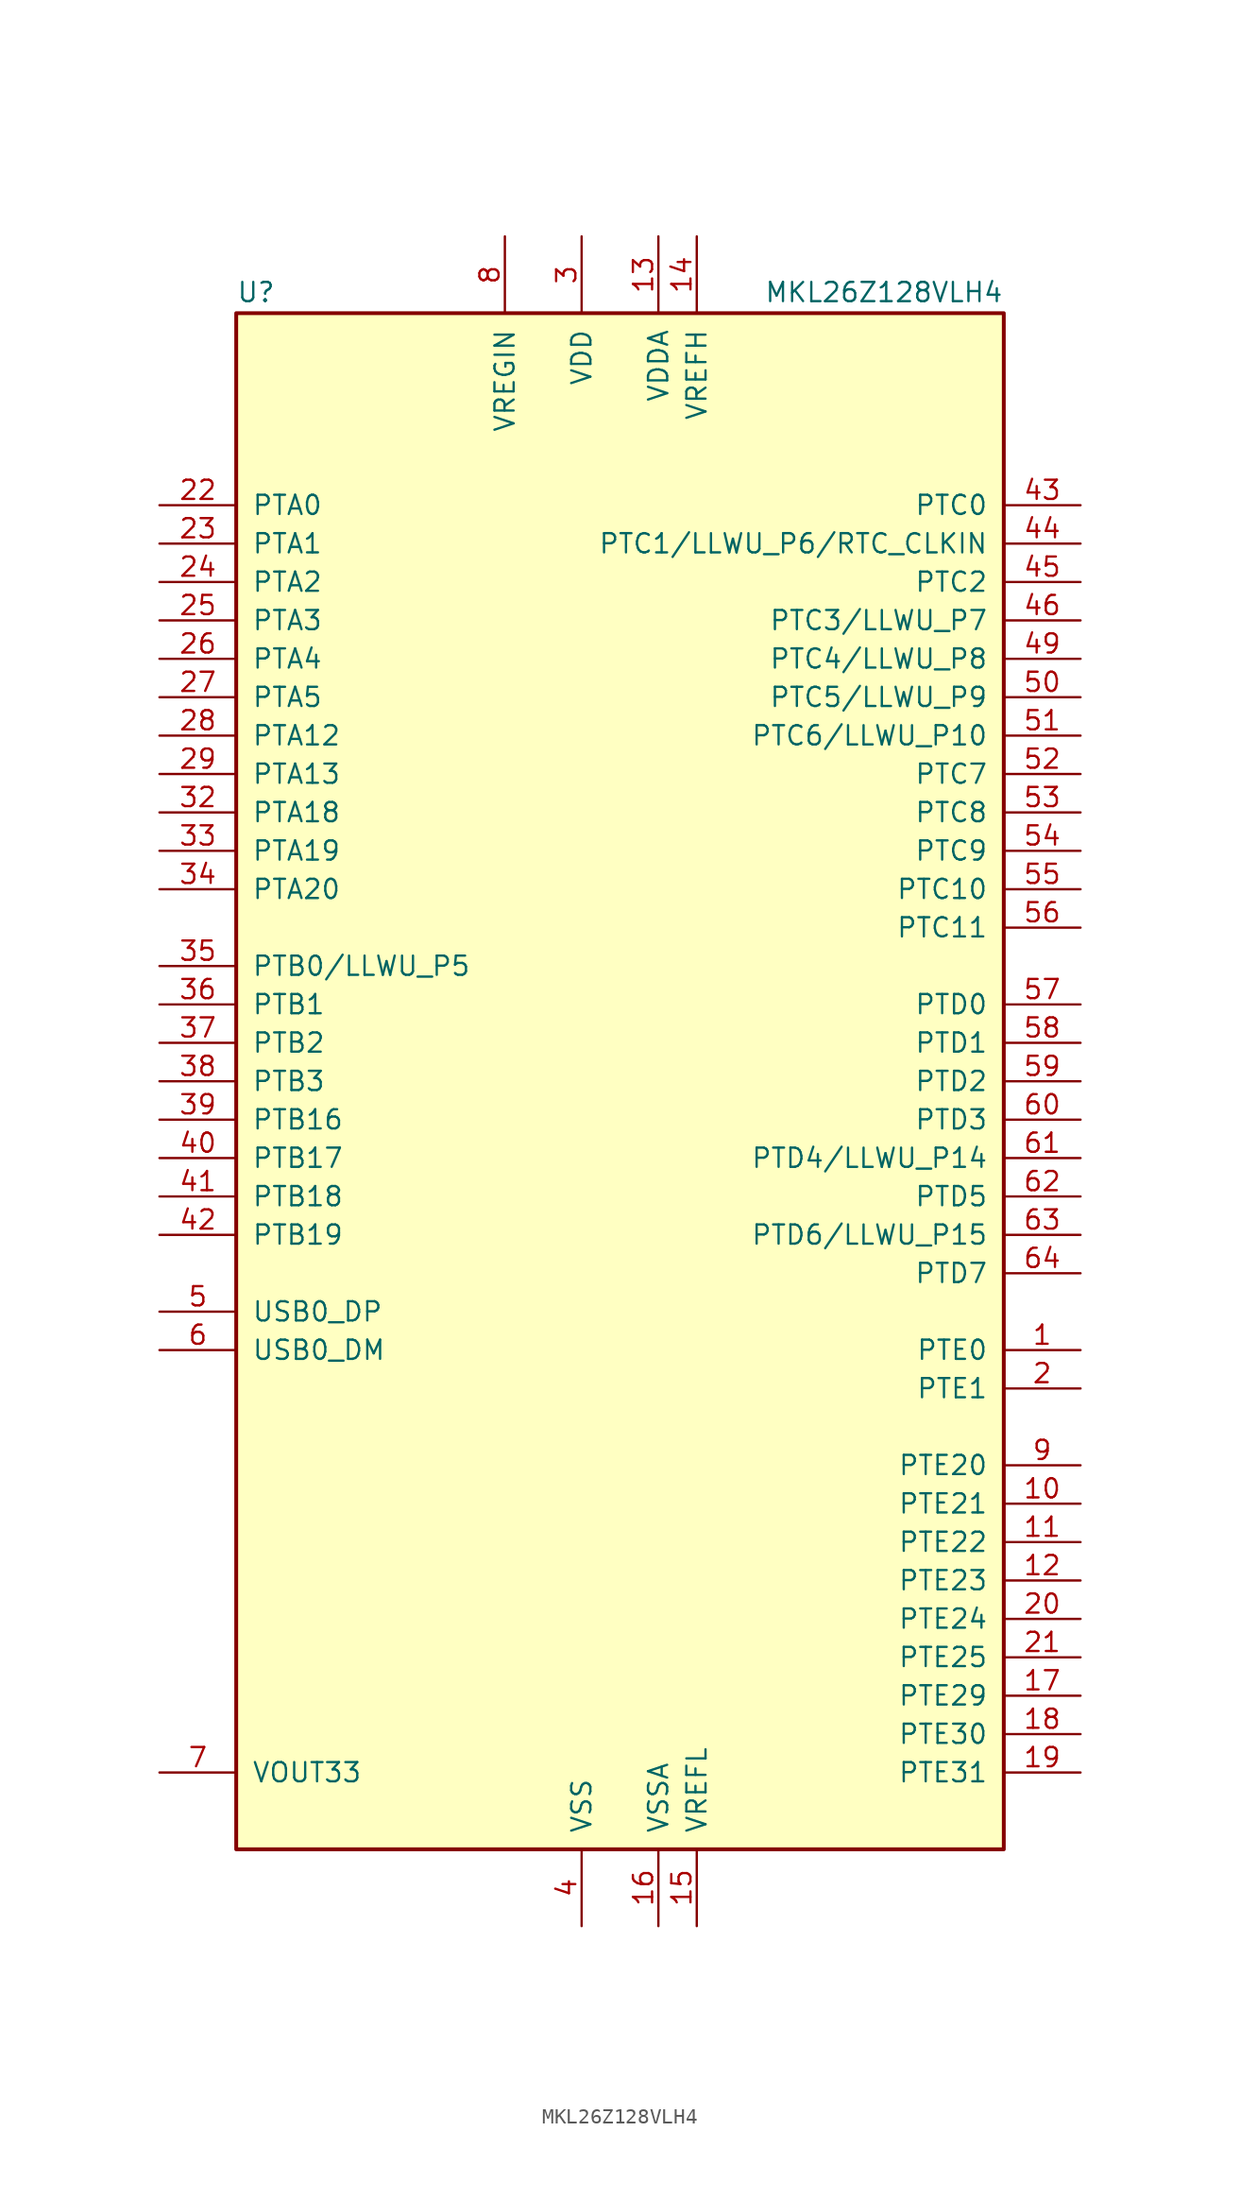
<source format=kicad_sym>
(kicad_symbol_lib
  (version 20231120)
  (generator "kicad_symbol_editor")
  (generator_version "8.0")
  (symbol "MKL26Z128VLH4"
    (pin_names
      (offset 1.016))
    (property "Reference" "U"
      (at -25.4 51.435 0)
      (effects (font (size 1.27 1.27)) (justify left bottom)))
    (property "Value" "MKL26Z128VLH4"
      (at 25.4 51.435 0)
      (effects (font (size 1.27 1.27)) (justify right bottom)))
    (symbol "MKL26Z128VLH4_0_1"
      (rectangle (start -25.4 50.8) (end 25.4 -50.8) (stroke (width 0.254) (type default)) (fill (type background))))
    (symbol "MKL26Z128VLH4_1_1"
      (pin bidirectional line (at 30.48 -17.78 180) (length 5.08) (name "PTE0" (effects (font (size 1.27 1.27)))) (number "1" (effects (font (size 1.27 1.27)))))
      (pin bidirectional line (at 30.48 -27.94 180) (length 5.08) (name "PTE21" (effects (font (size 1.27 1.27)))) (number "10" (effects (font (size 1.27 1.27)))))
      (pin bidirectional line (at 30.48 -30.48 180) (length 5.08) (name "PTE22" (effects (font (size 1.27 1.27)))) (number "11" (effects (font (size 1.27 1.27)))))
      (pin bidirectional line (at 30.48 -33.02 180) (length 5.08) (name "PTE23" (effects (font (size 1.27 1.27)))) (number "12" (effects (font (size 1.27 1.27)))))
      (pin power_in line (at 2.54 55.88 270) (length 5.08) (name "VDDA" (effects (font (size 1.27 1.27)))) (number "13" (effects (font (size 1.27 1.27)))))
      (pin power_in line (at 5.08 55.88 270) (length 5.08) (name "VREFH" (effects (font (size 1.27 1.27)))) (number "14" (effects (font (size 1.27 1.27)))))
      (pin power_in line (at 5.08 -55.88 90) (length 5.08) (name "VREFL" (effects (font (size 1.27 1.27)))) (number "15" (effects (font (size 1.27 1.27)))))
      (pin power_in line (at 2.54 -55.88 90) (length 5.08) (name "VSSA" (effects (font (size 1.27 1.27)))) (number "16" (effects (font (size 1.27 1.27)))))
      (pin bidirectional line (at 30.48 -40.64 180) (length 5.08) (name "PTE29" (effects (font (size 1.27 1.27)))) (number "17" (effects (font (size 1.27 1.27)))))
      (pin bidirectional line (at 30.48 -43.18 180) (length 5.08) (name "PTE30" (effects (font (size 1.27 1.27)))) (number "18" (effects (font (size 1.27 1.27)))))
      (pin bidirectional line (at 30.48 -45.72 180) (length 5.08) (name "PTE31" (effects (font (size 1.27 1.27)))) (number "19" (effects (font (size 1.27 1.27)))))
      (pin bidirectional line (at 30.48 -20.32 180) (length 5.08) (name "PTE1" (effects (font (size 1.27 1.27)))) (number "2" (effects (font (size 1.27 1.27)))))
      (pin bidirectional line (at 30.48 -35.56 180) (length 5.08) (name "PTE24" (effects (font (size 1.27 1.27)))) (number "20" (effects (font (size 1.27 1.27)))))
      (pin bidirectional line (at 30.48 -38.1 180) (length 5.08) (name "PTE25" (effects (font (size 1.27 1.27)))) (number "21" (effects (font (size 1.27 1.27)))))
      (pin bidirectional line (at -30.48 38.1 0) (length 5.08) (name "PTA0" (effects (font (size 1.27 1.27)))) (number "22" (effects (font (size 1.27 1.27)))))
      (pin bidirectional line (at -30.48 35.56 0) (length 5.08) (name "PTA1" (effects (font (size 1.27 1.27)))) (number "23" (effects (font (size 1.27 1.27)))))
      (pin bidirectional line (at -30.48 33.02 0) (length 5.08) (name "PTA2" (effects (font (size 1.27 1.27)))) (number "24" (effects (font (size 1.27 1.27)))))
      (pin bidirectional line (at -30.48 30.48 0) (length 5.08) (name "PTA3" (effects (font (size 1.27 1.27)))) (number "25" (effects (font (size 1.27 1.27)))))
      (pin bidirectional line (at -30.48 27.94 0) (length 5.08) (name "PTA4" (effects (font (size 1.27 1.27)))) (number "26" (effects (font (size 1.27 1.27)))))
      (pin bidirectional line (at -30.48 25.4 0) (length 5.08) (name "PTA5" (effects (font (size 1.27 1.27)))) (number "27" (effects (font (size 1.27 1.27)))))
      (pin bidirectional line (at -30.48 22.86 0) (length 5.08) (name "PTA12" (effects (font (size 1.27 1.27)))) (number "28" (effects (font (size 1.27 1.27)))))
      (pin bidirectional line (at -30.48 20.32 0) (length 5.08) (name "PTA13" (effects (font (size 1.27 1.27)))) (number "29" (effects (font (size 1.27 1.27)))))
      (pin power_in line (at -2.54 55.88 270) (length 5.08) (name "VDD" (effects (font (size 1.27 1.27)))) (number "3" (effects (font (size 1.27 1.27)))))
      (pin passive line (at -2.54 55.88 270) (length 5.08) hide (name "VDD" (effects (font (size 1.27 1.27)))) (number "30" (effects (font (size 1.27 1.27)))))
      (pin passive line (at -2.54 -55.88 90) (length 5.08) hide (name "VSS" (effects (font (size 1.27 1.27)))) (number "31" (effects (font (size 1.27 1.27)))))
      (pin bidirectional line (at -30.48 17.78 0) (length 5.08) (name "PTA18" (effects (font (size 1.27 1.27)))) (number "32" (effects (font (size 1.27 1.27)))))
      (pin bidirectional line (at -30.48 15.24 0) (length 5.08) (name "PTA19" (effects (font (size 1.27 1.27)))) (number "33" (effects (font (size 1.27 1.27)))))
      (pin bidirectional line (at -30.48 12.7 0) (length 5.08) (name "PTA20" (effects (font (size 1.27 1.27)))) (number "34" (effects (font (size 1.27 1.27)))))
      (pin bidirectional line (at -30.48 7.62 0) (length 5.08) (name "PTB0/LLWU_P5" (effects (font (size 1.27 1.27)))) (number "35" (effects (font (size 1.27 1.27)))))
      (pin bidirectional line (at -30.48 5.08 0) (length 5.08) (name "PTB1" (effects (font (size 1.27 1.27)))) (number "36" (effects (font (size 1.27 1.27)))))
      (pin bidirectional line (at -30.48 2.54 0) (length 5.08) (name "PTB2" (effects (font (size 1.27 1.27)))) (number "37" (effects (font (size 1.27 1.27)))))
      (pin bidirectional line (at -30.48 0 0) (length 5.08) (name "PTB3" (effects (font (size 1.27 1.27)))) (number "38" (effects (font (size 1.27 1.27)))))
      (pin bidirectional line (at -30.48 -2.54 0) (length 5.08) (name "PTB16" (effects (font (size 1.27 1.27)))) (number "39" (effects (font (size 1.27 1.27)))))
      (pin power_in line (at -2.54 -55.88 90) (length 5.08) (name "VSS" (effects (font (size 1.27 1.27)))) (number "4" (effects (font (size 1.27 1.27)))))
      (pin bidirectional line (at -30.48 -5.08 0) (length 5.08) (name "PTB17" (effects (font (size 1.27 1.27)))) (number "40" (effects (font (size 1.27 1.27)))))
      (pin bidirectional line (at -30.48 -7.62 0) (length 5.08) (name "PTB18" (effects (font (size 1.27 1.27)))) (number "41" (effects (font (size 1.27 1.27)))))
      (pin bidirectional line (at -30.48 -10.16 0) (length 5.08) (name "PTB19" (effects (font (size 1.27 1.27)))) (number "42" (effects (font (size 1.27 1.27)))))
      (pin bidirectional line (at 30.48 38.1 180) (length 5.08) (name "PTC0" (effects (font (size 1.27 1.27)))) (number "43" (effects (font (size 1.27 1.27)))))
      (pin bidirectional line (at 30.48 35.56 180) (length 5.08) (name "PTC1/LLWU_P6/RTC_CLKIN" (effects (font (size 1.27 1.27)))) (number "44" (effects (font (size 1.27 1.27)))))
      (pin bidirectional line (at 30.48 33.02 180) (length 5.08) (name "PTC2" (effects (font (size 1.27 1.27)))) (number "45" (effects (font (size 1.27 1.27)))))
      (pin bidirectional line (at 30.48 30.48 180) (length 5.08) (name "PTC3/LLWU_P7" (effects (font (size 1.27 1.27)))) (number "46" (effects (font (size 1.27 1.27)))))
      (pin passive line (at -2.54 -55.88 90) (length 5.08) hide (name "VSS" (effects (font (size 1.27 1.27)))) (number "47" (effects (font (size 1.27 1.27)))))
      (pin passive line (at -2.54 55.88 270) (length 5.08) hide (name "VDD" (effects (font (size 1.27 1.27)))) (number "48" (effects (font (size 1.27 1.27)))))
      (pin bidirectional line (at 30.48 27.94 180) (length 5.08) (name "PTC4/LLWU_P8" (effects (font (size 1.27 1.27)))) (number "49" (effects (font (size 1.27 1.27)))))
      (pin bidirectional line (at -30.48 -15.24 0) (length 5.08) (name "USB0_DP" (effects (font (size 1.27 1.27)))) (number "5" (effects (font (size 1.27 1.27)))))
      (pin bidirectional line (at 30.48 25.4 180) (length 5.08) (name "PTC5/LLWU_P9" (effects (font (size 1.27 1.27)))) (number "50" (effects (font (size 1.27 1.27)))))
      (pin bidirectional line (at 30.48 22.86 180) (length 5.08) (name "PTC6/LLWU_P10" (effects (font (size 1.27 1.27)))) (number "51" (effects (font (size 1.27 1.27)))))
      (pin bidirectional line (at 30.48 20.32 180) (length 5.08) (name "PTC7" (effects (font (size 1.27 1.27)))) (number "52" (effects (font (size 1.27 1.27)))))
      (pin bidirectional line (at 30.48 17.78 180) (length 5.08) (name "PTC8" (effects (font (size 1.27 1.27)))) (number "53" (effects (font (size 1.27 1.27)))))
      (pin bidirectional line (at 30.48 15.24 180) (length 5.08) (name "PTC9" (effects (font (size 1.27 1.27)))) (number "54" (effects (font (size 1.27 1.27)))))
      (pin bidirectional line (at 30.48 12.7 180) (length 5.08) (name "PTC10" (effects (font (size 1.27 1.27)))) (number "55" (effects (font (size 1.27 1.27)))))
      (pin bidirectional line (at 30.48 10.16 180) (length 5.08) (name "PTC11" (effects (font (size 1.27 1.27)))) (number "56" (effects (font (size 1.27 1.27)))))
      (pin bidirectional line (at 30.48 5.08 180) (length 5.08) (name "PTD0" (effects (font (size 1.27 1.27)))) (number "57" (effects (font (size 1.27 1.27)))))
      (pin bidirectional line (at 30.48 2.54 180) (length 5.08) (name "PTD1" (effects (font (size 1.27 1.27)))) (number "58" (effects (font (size 1.27 1.27)))))
      (pin bidirectional line (at 30.48 0 180) (length 5.08) (name "PTD2" (effects (font (size 1.27 1.27)))) (number "59" (effects (font (size 1.27 1.27)))))
      (pin bidirectional line (at -30.48 -17.78 0) (length 5.08) (name "USB0_DM" (effects (font (size 1.27 1.27)))) (number "6" (effects (font (size 1.27 1.27)))))
      (pin bidirectional line (at 30.48 -2.54 180) (length 5.08) (name "PTD3" (effects (font (size 1.27 1.27)))) (number "60" (effects (font (size 1.27 1.27)))))
      (pin bidirectional line (at 30.48 -5.08 180) (length 5.08) (name "PTD4/LLWU_P14" (effects (font (size 1.27 1.27)))) (number "61" (effects (font (size 1.27 1.27)))))
      (pin bidirectional line (at 30.48 -7.62 180) (length 5.08) (name "PTD5" (effects (font (size 1.27 1.27)))) (number "62" (effects (font (size 1.27 1.27)))))
      (pin bidirectional line (at 30.48 -10.16 180) (length 5.08) (name "PTD6/LLWU_P15" (effects (font (size 1.27 1.27)))) (number "63" (effects (font (size 1.27 1.27)))))
      (pin bidirectional line (at 30.48 -12.7 180) (length 5.08) (name "PTD7" (effects (font (size 1.27 1.27)))) (number "64" (effects (font (size 1.27 1.27)))))
      (pin power_out line (at -30.48 -45.72 0) (length 5.08) (name "VOUT33" (effects (font (size 1.27 1.27)))) (number "7" (effects (font (size 1.27 1.27)))))
      (pin power_in line (at -7.62 55.88 270) (length 5.08) (name "VREGIN" (effects (font (size 1.27 1.27)))) (number "8" (effects (font (size 1.27 1.27)))))
      (pin bidirectional line (at 30.48 -25.4 180) (length 5.08) (name "PTE20" (effects (font (size 1.27 1.27)))) (number "9" (effects (font (size 1.27 1.27))))))))
</source>
